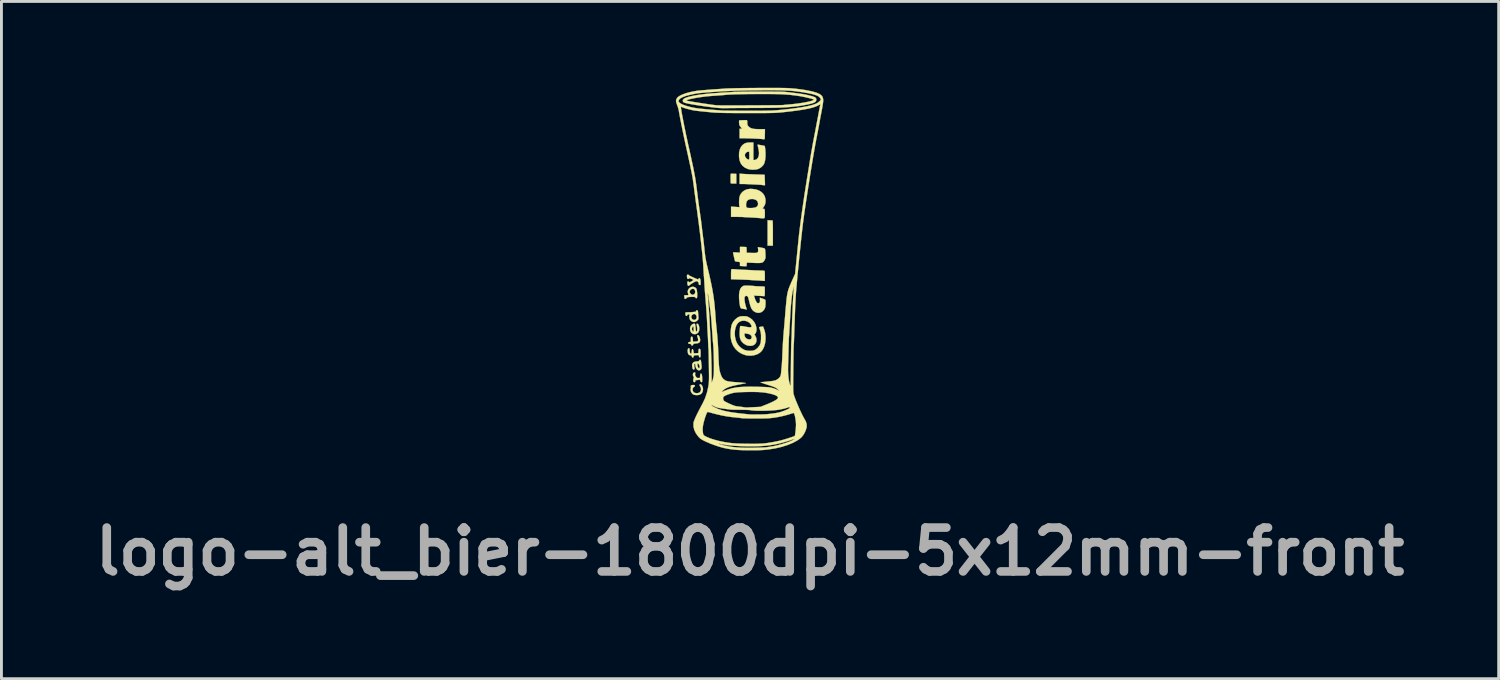
<source format=kicad_pcb>
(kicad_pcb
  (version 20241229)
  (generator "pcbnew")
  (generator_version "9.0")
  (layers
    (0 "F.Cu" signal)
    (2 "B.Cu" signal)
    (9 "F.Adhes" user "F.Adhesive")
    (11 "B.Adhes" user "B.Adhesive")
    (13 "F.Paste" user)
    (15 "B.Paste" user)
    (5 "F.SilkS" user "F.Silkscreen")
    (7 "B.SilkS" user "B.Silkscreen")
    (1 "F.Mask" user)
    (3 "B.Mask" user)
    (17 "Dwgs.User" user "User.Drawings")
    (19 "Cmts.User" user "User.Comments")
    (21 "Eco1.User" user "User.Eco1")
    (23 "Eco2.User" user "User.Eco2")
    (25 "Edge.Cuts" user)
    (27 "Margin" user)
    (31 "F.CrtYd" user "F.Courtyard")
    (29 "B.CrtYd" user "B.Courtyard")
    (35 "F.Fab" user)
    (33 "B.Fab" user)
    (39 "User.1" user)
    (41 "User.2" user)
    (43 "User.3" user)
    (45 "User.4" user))
  (footprint "logo-alt_bier-1800dpi-5x12mm-front"
    (layer "F.Cu")
    (at 22.987 6.291)
    (property "Reference" "logo-alt_bier-1800dpi-5x12mm-front" (at 0.025 9.825 0) (layer "F.Fab") (effects (font (size 1.524 1.524) (thickness 0.3))))
    (attr through_hole)
    (fp_poly (pts (xy 0.716 -1.685) (xy 0.762 -1.683) (xy 0.796 -1.681) (xy 0.808 -1.68) (xy 0.81 -1.666) (xy 0.813 -1.628) (xy 0.815 -1.568) (xy 0.817 -1.49) (xy 0.818 -1.397) (xy 0.818 -1.293) (xy 0.818 -1.242) (xy 0.818 -0.804) (xy 0.635 -0.804) (xy 0.635 -1.689) (xy 0.716 -1.685)) (stroke (width 0.01) (type solid)) (fill yes) (layer "F.SilkS"))
    (fp_poly (pts (xy -0.55 -3.304) (xy -0.452 -3.3) (xy -0.452 -2.963) (xy -0.55 -2.963) (xy -0.608 -2.965) (xy -0.64 -2.971) (xy -0.65 -2.981) (xy -0.65 -3.009) (xy -0.65 -3.056) (xy -0.65 -3.113) (xy -0.651 -3.172) (xy -0.651 -3.226) (xy -0.65 -3.268) (xy -0.65 -3.288) (xy -0.644 -3.299) (xy -0.625 -3.305) (xy -0.587 -3.306) (xy -0.55 -3.304)) (stroke (width 0.01) (type solid)) (fill yes) (layer "F.SilkS"))
    (fp_poly (pts (xy -0.208 -3.297) (xy -0.153 -3.294) (xy -0.077 -3.29) (xy 0.014 -3.286) (xy 0.113 -3.283) (xy 0.214 -3.279) (xy 0.226 -3.279) (xy 0.315 -3.276) (xy 0.394 -3.274) (xy 0.459 -3.272) (xy 0.505 -3.27) (xy 0.529 -3.269) (xy 0.531 -3.269) (xy 0.532 -3.255) (xy 0.534 -3.218) (xy 0.536 -3.164) (xy 0.539 -3.097) (xy 0.539 -3.087) (xy 0.545 -2.907) (xy 0.5 -2.907) (xy 0.468 -2.909) (xy 0.45 -2.913) (xy 0.45 -2.913) (xy 0.434 -2.916) (xy 0.395 -2.92) (xy 0.338 -2.923) (xy 0.269 -2.927) (xy 0.232 -2.929) (xy 0.151 -2.932) (xy 0.074 -2.936) (xy 0.008 -2.939) (xy -0.039 -2.942) (xy -0.049 -2.942) (xy -0.1 -2.945) (xy -0.165 -2.947) (xy -0.229 -2.948) (xy -0.339 -2.949) (xy -0.339 -3.306) (xy -0.208 -3.297)) (stroke (width 0.01) (type solid)) (fill yes) (layer "F.SilkS"))
    (fp_poly (pts (xy -1.697 4.01) (xy -1.665 4.029) (xy -1.637 4.069) (xy -1.617 4.12) (xy -1.609 4.177) (xy -1.609 4.18) (xy -1.619 4.26) (xy -1.65 4.321) (xy -1.702 4.363) (xy -1.773 4.385) (xy -1.827 4.388) (xy -1.9 4.382) (xy -1.952 4.364) (xy -1.956 4.361) (xy -1.998 4.321) (xy -2.028 4.266) (xy -2.041 4.205) (xy -2.036 4.157) (xy -2.029 4.12) (xy -2.032 4.092) (xy -2.033 4.091) (xy -2.037 4.065) (xy -2.016 4.047) (xy -1.974 4.037) (xy -1.953 4.036) (xy -1.914 4.038) (xy -1.896 4.046) (xy -1.891 4.063) (xy -1.891 4.064) (xy -1.904 4.092) (xy -1.925 4.106) (xy -1.955 4.131) (xy -1.97 4.17) (xy -1.969 4.216) (xy -1.955 4.261) (xy -1.926 4.295) (xy -1.915 4.301) (xy -1.854 4.32) (xy -1.792 4.319) (xy -1.737 4.301) (xy -1.714 4.283) (xy -1.687 4.238) (xy -1.678 4.182) (xy -1.688 4.124) (xy -1.709 4.087) (xy -1.727 4.052) (xy -1.728 4.025) (xy -1.712 4.01) (xy -1.697 4.01)) (stroke (width 0.01) (type solid)) (fill yes) (layer "F.SilkS"))
    (fp_poly (pts (xy -1.76 2.316) (xy -1.738 2.349) (xy -1.72 2.395) (xy -1.71 2.45) (xy -1.709 2.471) (xy -1.715 2.525) (xy -1.738 2.561) (xy -1.782 2.583) (xy -1.85 2.594) (xy -1.853 2.594) (xy -1.903 2.598) (xy -1.932 2.604) (xy -1.946 2.615) (xy -1.95 2.63) (xy -1.963 2.654) (xy -1.985 2.666) (xy -2.007 2.663) (xy -2.018 2.644) (xy -2.018 2.641) (xy -2.024 2.621) (xy -2.047 2.611) (xy -2.071 2.608) (xy -2.107 2.602) (xy -2.122 2.588) (xy -2.124 2.575) (xy -2.116 2.554) (xy -2.09 2.544) (xy -2.078 2.543) (xy -2.032 2.538) (xy -2.032 2.447) (xy -2.031 2.398) (xy -2.027 2.37) (xy -2.018 2.359) (xy -2.005 2.357) (xy -1.982 2.364) (xy -1.968 2.389) (xy -1.962 2.436) (xy -1.961 2.464) (xy -1.961 2.526) (xy -1.892 2.526) (xy -1.847 2.524) (xy -1.811 2.52) (xy -1.8 2.517) (xy -1.783 2.497) (xy -1.779 2.458) (xy -1.788 2.407) (xy -1.799 2.375) (xy -1.812 2.333) (xy -1.807 2.31) (xy -1.806 2.309) (xy -1.784 2.301) (xy -1.76 2.316)) (stroke (width 0.01) (type solid)) (fill yes) (layer "F.SilkS"))
    (fp_poly (pts (xy -1.891 1.914) (xy -1.88 1.946) (xy -1.873 2.001) (xy -1.869 2.046) (xy -1.864 2.105) (xy -1.857 2.152) (xy -1.851 2.181) (xy -1.847 2.187) (xy -1.832 2.176) (xy -1.819 2.157) (xy -1.81 2.122) (xy -1.811 2.065) (xy -1.822 1.985) (xy -1.829 1.95) (xy -1.833 1.918) (xy -1.826 1.907) (xy -1.805 1.907) (xy -1.777 1.925) (xy -1.755 1.966) (xy -1.741 2.026) (xy -1.737 2.086) (xy -1.747 2.156) (xy -1.776 2.212) (xy -1.821 2.251) (xy -1.876 2.27) (xy -1.938 2.266) (xy -1.979 2.25) (xy -2.023 2.211) (xy -2.05 2.157) (xy -2.06 2.096) (xy -2.058 2.076) (xy -1.996 2.076) (xy -1.995 2.106) (xy -1.984 2.138) (xy -1.964 2.175) (xy -1.949 2.185) (xy -1.939 2.168) (xy -1.934 2.124) (xy -1.933 2.096) (xy -1.936 2.038) (xy -1.944 2.005) (xy -1.957 1.998) (xy -1.974 2.018) (xy -1.983 2.038) (xy -1.996 2.076) (xy -2.058 2.076) (xy -2.054 2.033) (xy -2.03 1.977) (xy -1.989 1.934) (xy -1.976 1.926) (xy -1.936 1.908) (xy -1.909 1.903) (xy -1.891 1.914)) (stroke (width 0.01) (type solid)) (fill yes) (layer "F.SilkS"))
    (fp_poly (pts (xy -1.883 3.602) (xy -1.879 3.619) (xy -1.883 3.649) (xy -1.886 3.687) (xy -1.874 3.72) (xy -1.855 3.748) (xy -1.827 3.78) (xy -1.802 3.793) (xy -1.766 3.793) (xy -1.714 3.789) (xy -1.71 3.715) (xy -1.706 3.67) (xy -1.698 3.648) (xy -1.684 3.641) (xy -1.68 3.641) (xy -1.662 3.651) (xy -1.649 3.682) (xy -1.641 3.736) (xy -1.637 3.815) (xy -1.637 3.842) (xy -1.638 3.892) (xy -1.641 3.921) (xy -1.65 3.934) (xy -1.664 3.937) (xy -1.665 3.937) (xy -1.689 3.928) (xy -1.702 3.896) (xy -1.703 3.893) (xy -1.712 3.864) (xy -1.728 3.855) (xy -1.754 3.858) (xy -1.8 3.864) (xy -1.836 3.866) (xy -1.866 3.871) (xy -1.876 3.888) (xy -1.877 3.902) (xy -1.884 3.93) (xy -1.903 3.937) (xy -1.929 3.932) (xy -1.938 3.928) (xy -1.945 3.907) (xy -1.947 3.871) (xy -1.945 3.833) (xy -1.938 3.803) (xy -1.931 3.793) (xy -1.923 3.781) (xy -1.937 3.754) (xy -1.938 3.753) (xy -1.958 3.708) (xy -1.961 3.663) (xy -1.948 3.625) (xy -1.921 3.602) (xy -1.901 3.598) (xy -1.883 3.602)) (stroke (width 0.01) (type solid)) (fill yes) (layer "F.SilkS"))
    (fp_poly (pts (xy -0.558 0.011) (xy -0.505 0.015) (xy -0.491 0.016) (xy -0.436 0.02) (xy -0.361 0.025) (xy -0.274 0.03) (xy -0.185 0.034) (xy -0.15 0.036) (xy -0.069 0.039) (xy 0.004 0.043) (xy 0.065 0.046) (xy 0.107 0.049) (xy 0.12 0.05) (xy 0.15 0.052) (xy 0.202 0.055) (xy 0.267 0.056) (xy 0.339 0.058) (xy 0.343 0.058) (xy 0.411 0.06) (xy 0.469 0.063) (xy 0.511 0.068) (xy 0.53 0.073) (xy 0.531 0.074) (xy 0.534 0.092) (xy 0.537 0.133) (xy 0.539 0.19) (xy 0.539 0.252) (xy 0.539 0.416) (xy 0.503 0.418) (xy 0.474 0.417) (xy 0.462 0.415) (xy 0.447 0.413) (xy 0.409 0.41) (xy 0.354 0.407) (xy 0.286 0.403) (xy 0.261 0.402) (xy 0.186 0.398) (xy 0.119 0.394) (xy 0.066 0.391) (xy 0.033 0.388) (xy 0.029 0.387) (xy 0.005 0.385) (xy -0.043 0.383) (xy -0.109 0.38) (xy -0.19 0.377) (xy -0.281 0.373) (xy -0.32 0.372) (xy -0.635 0.362) (xy -0.635 0.189) (xy -0.634 0.107) (xy -0.63 0.049) (xy -0.624 0.017) (xy -0.62 0.011) (xy -0.599 0.01) (xy -0.558 0.011)) (stroke (width 0.01) (type solid)) (fill yes) (layer "F.SilkS"))
    (fp_poly (pts (xy -0.101 -5.166) (xy -0.095 -5.166) (xy -0.081 -5.161) (xy -0.074 -5.143) (xy -0.071 -5.107) (xy -0.071 -5.078) (xy -0.069 -5.029) (xy -0.062 -4.996) (xy -0.046 -4.969) (xy -0.018 -4.939) (xy 0.019 -4.909) (xy 0.061 -4.886) (xy 0.114 -4.87) (xy 0.182 -4.86) (xy 0.27 -4.855) (xy 0.364 -4.854) (xy 0.543 -4.854) (xy 0.541 -4.71) (xy 0.539 -4.645) (xy 0.538 -4.589) (xy 0.537 -4.548) (xy 0.537 -4.533) (xy 0.529 -4.508) (xy 0.503 -4.501) (xy 0.475 -4.504) (xy 0.464 -4.507) (xy 0.449 -4.51) (xy 0.409 -4.513) (xy 0.351 -4.517) (xy 0.278 -4.521) (xy 0.196 -4.525) (xy 0.109 -4.529) (xy 0.022 -4.532) (xy -0.061 -4.534) (xy -0.135 -4.536) (xy -0.194 -4.537) (xy -0.339 -4.537) (xy -0.339 -4.703) (xy -0.339 -4.868) (xy -0.249 -4.868) (xy -0.285 -4.907) (xy -0.314 -4.943) (xy -0.337 -4.977) (xy -0.338 -4.98) (xy -0.347 -5.008) (xy -0.354 -5.05) (xy -0.357 -5.096) (xy -0.357 -5.134) (xy -0.352 -5.156) (xy -0.351 -5.157) (xy -0.336 -5.159) (xy -0.3 -5.162) (xy -0.251 -5.164) (xy -0.196 -5.166) (xy -0.143 -5.166) (xy -0.101 -5.166)) (stroke (width 0.01) (type solid)) (fill yes) (layer "F.SilkS"))
    (fp_poly (pts (xy -1.695 3.165) (xy -1.685 3.18) (xy -1.678 3.214) (xy -1.674 3.249) (xy -1.668 3.307) (xy -1.661 3.364) (xy -1.657 3.394) (xy -1.659 3.449) (xy -1.679 3.491) (xy -1.712 3.519) (xy -1.753 3.528) (xy -1.795 3.514) (xy -1.818 3.495) (xy -1.851 3.444) (xy -1.871 3.379) (xy -1.877 3.327) (xy -1.879 3.311) (xy -1.805 3.311) (xy -1.803 3.35) (xy -1.803 3.351) (xy -1.792 3.4) (xy -1.776 3.435) (xy -1.757 3.454) (xy -1.74 3.454) (xy -1.727 3.431) (xy -1.724 3.419) (xy -1.727 3.383) (xy -1.74 3.343) (xy -1.759 3.308) (xy -1.78 3.289) (xy -1.786 3.288) (xy -1.8 3.292) (xy -1.805 3.311) (xy -1.879 3.311) (xy -1.881 3.3) (xy -1.895 3.296) (xy -1.9 3.298) (xy -1.913 3.309) (xy -1.917 3.333) (xy -1.914 3.371) (xy -1.908 3.417) (xy -1.903 3.455) (xy -1.902 3.464) (xy -1.908 3.489) (xy -1.929 3.497) (xy -1.951 3.495) (xy -1.965 3.475) (xy -1.975 3.448) (xy -1.989 3.366) (xy -1.982 3.303) (xy -1.953 3.257) (xy -1.902 3.229) (xy -1.829 3.218) (xy -1.813 3.217) (xy -1.773 3.215) (xy -1.753 3.204) (xy -1.746 3.189) (xy -1.728 3.166) (xy -1.71 3.161) (xy -1.695 3.165)) (stroke (width 0.01) (type solid)) (fill yes) (layer "F.SilkS"))
    (fp_poly (pts (xy -2.087 2.763) (xy -2.077 2.795) (xy -2.074 2.831) (xy -2.069 2.89) (xy -2.054 2.931) (xy -2.03 2.949) (xy -2.025 2.949) (xy -2.012 2.94) (xy -2.004 2.909) (xy -2.001 2.868) (xy -1.996 2.819) (xy -1.988 2.794) (xy -1.976 2.787) (xy -1.96 2.799) (xy -1.947 2.836) (xy -1.942 2.862) (xy -1.929 2.936) (xy -1.85 2.932) (xy -1.771 2.928) (xy -1.767 2.854) (xy -1.762 2.81) (xy -1.754 2.787) (xy -1.74 2.78) (xy -1.736 2.78) (xy -1.718 2.784) (xy -1.706 2.799) (xy -1.698 2.828) (xy -1.694 2.878) (xy -1.693 2.95) (xy -1.694 3.01) (xy -1.696 3.048) (xy -1.701 3.067) (xy -1.711 3.075) (xy -1.722 3.076) (xy -1.744 3.068) (xy -1.75 3.042) (xy -1.752 3.016) (xy -1.764 3.002) (xy -1.791 2.997) (xy -1.838 3) (xy -1.852 3.001) (xy -1.898 3.007) (xy -1.922 3.015) (xy -1.933 3.03) (xy -1.936 3.046) (xy -1.948 3.079) (xy -1.968 3.088) (xy -1.987 3.073) (xy -1.997 3.049) (xy -2.008 3.018) (xy -2.03 3.006) (xy -2.045 3.006) (xy -2.084 2.996) (xy -2.11 2.977) (xy -2.129 2.942) (xy -2.14 2.892) (xy -2.143 2.838) (xy -2.136 2.793) (xy -2.127 2.774) (xy -2.105 2.756) (xy -2.087 2.763)) (stroke (width 0.01) (type solid)) (fill yes) (layer "F.SilkS"))
    (fp_poly (pts (xy -1.928 0.627) (xy -1.875 0.652) (xy -1.839 0.69) (xy -1.829 0.719) (xy -1.82 0.768) (xy -1.814 0.827) (xy -1.811 0.888) (xy -1.811 0.945) (xy -1.815 0.989) (xy -1.823 1.012) (xy -1.845 1.022) (xy -1.868 1.013) (xy -1.877 0.993) (xy -1.885 0.982) (xy -1.911 0.976) (xy -1.96 0.974) (xy -1.967 0.974) (xy -2.061 0.976) (xy -2.128 0.983) (xy -2.17 0.996) (xy -2.187 1.014) (xy -2.187 1.018) (xy -2.198 1.038) (xy -2.223 1.045) (xy -2.248 1.036) (xy -2.248 1.035) (xy -2.254 1.016) (xy -2.258 0.981) (xy -2.258 0.971) (xy -2.258 0.917) (xy -2.186 0.917) (xy -2.143 0.916) (xy -2.123 0.912) (xy -2.119 0.9) (xy -2.122 0.885) (xy -2.137 0.828) (xy -2.139 0.797) (xy -2.074 0.797) (xy -2.062 0.838) (xy -2.032 0.875) (xy -1.992 0.899) (xy -1.969 0.903) (xy -1.932 0.893) (xy -1.905 0.875) (xy -1.883 0.835) (xy -1.88 0.786) (xy -1.894 0.738) (xy -1.924 0.703) (xy -1.925 0.702) (xy -1.963 0.692) (xy -2.004 0.702) (xy -2.042 0.729) (xy -2.068 0.765) (xy -2.074 0.797) (xy -2.139 0.797) (xy -2.14 0.786) (xy -2.133 0.749) (xy -2.126 0.73) (xy -2.091 0.676) (xy -2.042 0.641) (xy -1.985 0.624) (xy -1.928 0.627)) (stroke (width 0.01) (type solid)) (fill yes) (layer "F.SilkS"))
    (fp_poly (pts (xy -1.797 1.449) (xy -1.787 1.466) (xy -1.782 1.503) (xy -1.781 1.517) (xy -1.777 1.574) (xy -1.771 1.639) (xy -1.769 1.669) (xy -1.766 1.716) (xy -1.769 1.746) (xy -1.784 1.771) (xy -1.811 1.799) (xy -1.866 1.838) (xy -1.927 1.849) (xy -1.99 1.833) (xy -2.013 1.82) (xy -2.06 1.774) (xy -2.083 1.714) (xy -2.083 1.669) (xy -2.018 1.669) (xy -2.007 1.717) (xy -1.979 1.753) (xy -1.941 1.773) (xy -1.899 1.775) (xy -1.86 1.755) (xy -1.855 1.749) (xy -1.833 1.708) (xy -1.831 1.662) (xy -1.845 1.617) (xy -1.872 1.583) (xy -1.911 1.567) (xy -1.919 1.566) (xy -1.959 1.579) (xy -1.994 1.61) (xy -2.015 1.65) (xy -2.018 1.669) (xy -2.083 1.669) (xy -2.084 1.644) (xy -2.079 1.605) (xy -2.083 1.586) (xy -2.098 1.581) (xy -2.111 1.58) (xy -2.144 1.59) (xy -2.155 1.609) (xy -2.171 1.632) (xy -2.187 1.637) (xy -2.206 1.628) (xy -2.217 1.598) (xy -2.219 1.584) (xy -2.222 1.547) (xy -2.221 1.523) (xy -2.22 1.52) (xy -2.203 1.515) (xy -2.168 1.511) (xy -2.139 1.51) (xy -2.086 1.509) (xy -2.019 1.505) (xy -1.957 1.501) (xy -1.901 1.495) (xy -1.869 1.489) (xy -1.853 1.48) (xy -1.849 1.467) (xy -1.849 1.465) (xy -1.841 1.444) (xy -1.817 1.442) (xy -1.797 1.449)) (stroke (width 0.01) (type solid)) (fill yes) (layer "F.SilkS"))
    (fp_poly (pts (xy -2.121 0.202) (xy -2.107 0.217) (xy -2.091 0.229) (xy -2.055 0.248) (xy -2.005 0.273) (xy -1.949 0.299) (xy -1.892 0.325) (xy -1.84 0.347) (xy -1.8 0.362) (xy -1.779 0.367) (xy -1.766 0.355) (xy -1.764 0.346) (xy -1.752 0.328) (xy -1.737 0.325) (xy -1.717 0.335) (xy -1.703 0.367) (xy -1.695 0.424) (xy -1.693 0.49) (xy -1.694 0.534) (xy -1.699 0.556) (xy -1.71 0.563) (xy -1.725 0.562) (xy -1.748 0.553) (xy -1.758 0.528) (xy -1.761 0.506) (xy -1.769 0.468) (xy -1.79 0.446) (xy -1.807 0.437) (xy -1.828 0.43) (xy -1.849 0.431) (xy -1.876 0.44) (xy -1.915 0.46) (xy -1.962 0.487) (xy -2.013 0.519) (xy -2.054 0.547) (xy -2.079 0.567) (xy -2.084 0.574) (xy -2.103 0.59) (xy -2.116 0.593) (xy -2.133 0.585) (xy -2.144 0.559) (xy -2.15 0.528) (xy -2.154 0.486) (xy -2.153 0.457) (xy -2.151 0.45) (xy -2.13 0.438) (xy -2.105 0.444) (xy -2.094 0.458) (xy -2.085 0.468) (xy -2.066 0.466) (xy -2.032 0.449) (xy -2.02 0.442) (xy -1.973 0.414) (xy -1.949 0.396) (xy -1.947 0.382) (xy -1.966 0.368) (xy -1.997 0.354) (xy -2.053 0.332) (xy -2.088 0.325) (xy -2.102 0.334) (xy -2.103 0.339) (xy -2.114 0.35) (xy -2.129 0.353) (xy -2.148 0.345) (xy -2.16 0.317) (xy -2.164 0.297) (xy -2.168 0.256) (xy -2.166 0.224) (xy -2.165 0.22) (xy -2.146 0.2) (xy -2.121 0.202)) (stroke (width 0.01) (type solid)) (fill yes) (layer "F.SilkS"))
    (fp_poly (pts (xy -0.149 -0.76) (xy -0.112 -0.755) (xy -0.098 -0.746) (xy -0.097 -0.744) (xy -0.096 -0.721) (xy -0.095 -0.68) (xy -0.094 -0.642) (xy -0.092 -0.557) (xy 0.082 -0.553) (xy 0.157 -0.551) (xy 0.209 -0.552) (xy 0.244 -0.555) (xy 0.266 -0.562) (xy 0.282 -0.572) (xy 0.285 -0.574) (xy 0.302 -0.593) (xy 0.308 -0.619) (xy 0.307 -0.659) (xy 0.305 -0.678) (xy 0.297 -0.756) (xy 0.416 -0.736) (xy 0.485 -0.721) (xy 0.528 -0.707) (xy 0.544 -0.693) (xy 0.548 -0.67) (xy 0.553 -0.626) (xy 0.557 -0.568) (xy 0.56 -0.522) (xy 0.562 -0.454) (xy 0.562 -0.406) (xy 0.558 -0.371) (xy 0.548 -0.341) (xy 0.534 -0.31) (xy 0.51 -0.27) (xy 0.484 -0.24) (xy 0.451 -0.22) (xy 0.407 -0.208) (xy 0.348 -0.202) (xy 0.268 -0.202) (xy 0.191 -0.205) (xy 0.113 -0.208) (xy 0.044 -0.212) (xy -0.012 -0.214) (xy -0.049 -0.216) (xy -0.056 -0.216) (xy -0.078 -0.215) (xy -0.089 -0.203) (xy -0.093 -0.173) (xy -0.093 -0.155) (xy -0.095 -0.092) (xy -0.15 -0.092) (xy -0.202 -0.093) (xy -0.258 -0.096) (xy -0.265 -0.096) (xy -0.325 -0.1) (xy -0.325 -0.17) (xy -0.326 -0.213) (xy -0.333 -0.234) (xy -0.348 -0.24) (xy -0.349 -0.24) (xy -0.39 -0.243) (xy -0.435 -0.25) (xy -0.473 -0.257) (xy -0.494 -0.265) (xy -0.495 -0.266) (xy -0.501 -0.282) (xy -0.511 -0.319) (xy -0.523 -0.369) (xy -0.536 -0.425) (xy -0.548 -0.48) (xy -0.558 -0.528) (xy -0.564 -0.56) (xy -0.565 -0.568) (xy -0.552 -0.572) (xy -0.517 -0.574) (xy -0.467 -0.572) (xy -0.445 -0.57) (xy -0.325 -0.562) (xy -0.325 -0.762) (xy -0.212 -0.762) (xy -0.149 -0.76)) (stroke (width 0.01) (type solid)) (fill yes) (layer "F.SilkS"))
    (fp_poly (pts (xy 0.095 -4.39) (xy 0.141 -4.389) (xy 0.141 -3.782) (xy 0.182 -3.782) (xy 0.222 -3.791) (xy 0.257 -3.81) (xy 0.303 -3.862) (xy 0.33 -3.932) (xy 0.337 -4.021) (xy 0.326 -4.129) (xy 0.311 -4.198) (xy 0.299 -4.25) (xy 0.291 -4.291) (xy 0.288 -4.312) (xy 0.288 -4.314) (xy 0.302 -4.314) (xy 0.337 -4.309) (xy 0.383 -4.301) (xy 0.433 -4.292) (xy 0.48 -4.284) (xy 0.515 -4.276) (xy 0.531 -4.271) (xy 0.531 -4.271) (xy 0.539 -4.25) (xy 0.547 -4.207) (xy 0.554 -4.149) (xy 0.56 -4.081) (xy 0.563 -4.01) (xy 0.563 -4.002) (xy 0.561 -3.88) (xy 0.548 -3.772) (xy 0.525 -3.683) (xy 0.507 -3.639) (xy 0.464 -3.578) (xy 0.401 -3.522) (xy 0.33 -3.479) (xy 0.291 -3.464) (xy 0.208 -3.448) (xy 0.114 -3.444) (xy 0.022 -3.452) (xy -0.052 -3.469) (xy -0.155 -3.517) (xy -0.237 -3.581) (xy -0.297 -3.663) (xy -0.337 -3.763) (xy -0.357 -3.884) (xy -0.359 -3.916) (xy -0.359 -3.929) (xy -0.155 -3.929) (xy -0.133 -3.875) (xy -0.107 -3.844) (xy -0.073 -3.815) (xy -0.041 -3.798) (xy -0.03 -3.796) (xy -0.016 -3.798) (xy -0.008 -3.806) (xy -0.003 -3.826) (xy -0.001 -3.863) (xy -0.000011 -3.922) (xy 0 -3.939) (xy -0.001 -4.003) (xy -0.003 -4.044) (xy -0.007 -4.066) (xy -0.014 -4.074) (xy -0.022 -4.073) (xy -0.055 -4.065) (xy -0.065 -4.064) (xy -0.089 -4.055) (xy -0.118 -4.032) (xy -0.121 -4.029) (xy -0.151 -3.982) (xy -0.155 -3.929) (xy -0.359 -3.929) (xy -0.355 -4.045) (xy -0.329 -4.155) (xy -0.283 -4.247) (xy -0.238 -4.3) (xy -0.186 -4.341) (xy -0.13 -4.369) (xy -0.063 -4.385) (xy 0.022 -4.391) (xy 0.095 -4.39)) (stroke (width 0.01) (type solid)) (fill yes) (layer "F.SilkS"))
    (fp_poly (pts (xy 0.105 -2.776) (xy 0.229 -2.759) (xy 0.336 -2.721) (xy 0.424 -2.666) (xy 0.493 -2.595) (xy 0.539 -2.508) (xy 0.562 -2.409) (xy 0.564 -2.363) (xy 0.556 -2.273) (xy 0.528 -2.197) (xy 0.491 -2.141) (xy 0.468 -2.108) (xy 0.466 -2.09) (xy 0.486 -2.086) (xy 0.503 -2.087) (xy 0.519 -2.084) (xy 0.529 -2.069) (xy 0.535 -2.038) (xy 0.539 -1.986) (xy 0.539 -1.91) (xy 0.539 -1.907) (xy 0.539 -1.841) (xy 0.536 -1.796) (xy 0.527 -1.769) (xy 0.506 -1.756) (xy 0.469 -1.754) (xy 0.411 -1.759) (xy 0.36 -1.764) (xy 0.304 -1.769) (xy 0.229 -1.774) (xy 0.142 -1.78) (xy 0.054 -1.784) (xy 0.028 -1.786) (xy -0.049 -1.789) (xy -0.117 -1.793) (xy -0.17 -1.796) (xy -0.204 -1.799) (xy -0.212 -1.8) (xy -0.233 -1.801) (xy -0.277 -1.803) (xy -0.337 -1.804) (xy -0.409 -1.805) (xy -0.434 -1.805) (xy -0.635 -1.806) (xy -0.635 -2.162) (xy -0.485 -2.152) (xy -0.336 -2.142) (xy -0.346 -2.173) (xy -0.35 -2.201) (xy -0.353 -2.241) (xy -0.113 -2.241) (xy -0.111 -2.182) (xy -0.103 -2.145) (xy -0.084 -2.126) (xy -0.05 -2.117) (xy -0.009 -2.114) (xy 0.101 -2.114) (xy 0.187 -2.126) (xy 0.247 -2.15) (xy 0.267 -2.165) (xy 0.293 -2.2) (xy 0.303 -2.243) (xy 0.303 -2.264) (xy 0.291 -2.327) (xy 0.256 -2.376) (xy 0.199 -2.409) (xy 0.121 -2.426) (xy 0.084 -2.427) (xy 0.005 -2.417) (xy -0.054 -2.387) (xy -0.093 -2.338) (xy -0.111 -2.27) (xy -0.113 -2.241) (xy -0.353 -2.241) (xy -0.354 -2.249) (xy -0.356 -2.308) (xy -0.356 -2.341) (xy -0.35 -2.446) (xy -0.333 -2.531) (xy -0.3 -2.6) (xy -0.251 -2.661) (xy -0.229 -2.682) (xy -0.155 -2.733) (xy -0.071 -2.765) (xy 0.028 -2.778) (xy 0.105 -2.776)) (stroke (width 0.01) (type solid)) (fill yes) (layer "F.SilkS"))
    (fp_poly (pts (xy -0.041 0.583) (xy 0.013 0.586) (xy 0.081 0.59) (xy 0.138 0.594) (xy 0.179 0.598) (xy 0.198 0.601) (xy 0.199 0.601) (xy 0.215 0.603) (xy 0.254 0.605) (xy 0.309 0.607) (xy 0.372 0.609) (xy 0.443 0.611) (xy 0.492 0.614) (xy 0.52 0.619) (xy 0.534 0.626) (xy 0.537 0.634) (xy 0.537 0.657) (xy 0.538 0.701) (xy 0.538 0.759) (xy 0.538 0.804) (xy 0.537 0.871) (xy 0.535 0.914) (xy 0.531 0.938) (xy 0.524 0.948) (xy 0.513 0.95) (xy 0.513 0.95) (xy 0.489 0.948) (xy 0.444 0.945) (xy 0.384 0.941) (xy 0.323 0.938) (xy 0.159 0.928) (xy 0.193 1.032) (xy 0.214 1.087) (xy 0.238 1.136) (xy 0.259 1.168) (xy 0.261 1.17) (xy 0.288 1.193) (xy 0.31 1.196) (xy 0.331 1.188) (xy 0.353 1.175) (xy 0.365 1.154) (xy 0.369 1.119) (xy 0.369 1.064) (xy 0.368 1.056) (xy 0.366 1.003) (xy 0.454 1.033) (xy 0.501 1.05) (xy 0.537 1.067) (xy 0.554 1.078) (xy 0.56 1.103) (xy 0.563 1.147) (xy 0.564 1.202) (xy 0.561 1.259) (xy 0.556 1.311) (xy 0.55 1.344) (xy 0.521 1.408) (xy 0.474 1.465) (xy 0.423 1.503) (xy 0.347 1.529) (xy 0.27 1.526) (xy 0.201 1.502) (xy 0.151 1.471) (xy 0.11 1.432) (xy 0.075 1.381) (xy 0.045 1.312) (xy 0.018 1.223) (xy -0.007 1.122) (xy -0.02 1.066) (xy -0.034 1.017) (xy -0.044 0.985) (xy -0.069 0.948) (xy -0.103 0.936) (xy -0.139 0.951) (xy -0.144 0.955) (xy -0.159 0.971) (xy -0.166 0.992) (xy -0.168 1.025) (xy -0.166 1.078) (xy -0.165 1.087) (xy -0.157 1.155) (xy -0.141 1.233) (xy -0.122 1.303) (xy -0.087 1.414) (xy -0.118 1.406) (xy -0.149 1.4) (xy -0.195 1.393) (xy -0.223 1.389) (xy -0.259 1.383) (xy -0.285 1.374) (xy -0.303 1.357) (xy -0.316 1.327) (xy -0.327 1.281) (xy -0.337 1.213) (xy -0.342 1.175) (xy -0.357 1.023) (xy -0.357 0.893) (xy -0.342 0.784) (xy -0.314 0.698) (xy -0.272 0.636) (xy -0.216 0.598) (xy -0.188 0.588) (xy -0.153 0.583) (xy -0.106 0.582) (xy -0.041 0.583)) (stroke (width 0.01) (type solid)) (fill yes) (layer "F.SilkS"))
    (fp_poly (pts (xy -0.144 1.646) (xy -0.1 1.651) (xy -0.061 1.663) (xy -0.015 1.685) (xy -0.002 1.692) (xy 0.093 1.759) (xy 0.168 1.845) (xy 0.22 1.945) (xy 0.247 2.054) (xy 0.25 2.117) (xy 0.241 2.178) (xy 0.224 2.228) (xy 0.201 2.259) (xy 0.199 2.26) (xy 0.184 2.272) (xy 0.183 2.286) (xy 0.197 2.311) (xy 0.206 2.324) (xy 0.237 2.391) (xy 0.25 2.466) (xy 0.243 2.537) (xy 0.24 2.546) (xy 0.207 2.605) (xy 0.157 2.647) (xy 0.093 2.671) (xy 0.02 2.677) (xy -0.058 2.666) (xy -0.135 2.636) (xy -0.207 2.587) (xy -0.228 2.569) (xy -0.272 2.518) (xy -0.304 2.464) (xy -0.325 2.4) (xy -0.335 2.321) (xy -0.336 2.285) (xy -0.169 2.285) (xy -0.162 2.33) (xy -0.147 2.372) (xy -0.115 2.411) (xy -0.07 2.439) (xy -0.019 2.453) (xy 0.028 2.451) (xy 0.062 2.433) (xy 0.083 2.395) (xy 0.08 2.352) (xy 0.056 2.311) (xy 0.016 2.28) (xy -0.022 2.266) (xy -0.073 2.254) (xy -0.097 2.25) (xy -0.169 2.24) (xy -0.169 2.285) (xy -0.336 2.285) (xy -0.337 2.223) (xy -0.335 2.168) (xy -0.331 2.102) (xy -0.326 2.046) (xy -0.32 2.006) (xy -0.315 1.988) (xy -0.296 1.986) (xy -0.257 1.989) (xy -0.201 1.997) (xy -0.162 2.005) (xy -0.07 2.022) (xy -0.003 2.031) (xy 0.042 2.032) (xy 0.068 2.023) (xy 0.077 2.005) (xy 0.073 1.976) (xy 0.068 1.963) (xy 0.03 1.9) (xy -0.027 1.851) (xy -0.098 1.818) (xy -0.176 1.802) (xy -0.256 1.806) (xy -0.331 1.832) (xy -0.338 1.836) (xy -0.397 1.884) (xy -0.444 1.953) (xy -0.478 2.04) (xy -0.499 2.139) (xy -0.506 2.245) (xy -0.499 2.355) (xy -0.476 2.464) (xy -0.443 2.555) (xy -0.394 2.637) (xy -0.326 2.713) (xy -0.246 2.777) (xy -0.163 2.821) (xy -0.162 2.821) (xy -0.081 2.842) (xy 0.012 2.85) (xy 0.102 2.846) (xy 0.157 2.834) (xy 0.225 2.801) (xy 0.289 2.748) (xy 0.344 2.68) (xy 0.363 2.648) (xy 0.38 2.609) (xy 0.392 2.57) (xy 0.4 2.523) (xy 0.405 2.459) (xy 0.406 2.424) (xy 0.407 2.317) (xy 0.4 2.229) (xy 0.382 2.152) (xy 0.357 2.085) (xy 0.344 2.051) (xy 0.339 2.029) (xy 0.34 2.027) (xy 0.356 2.022) (xy 0.391 2.015) (xy 0.411 2.012) (xy 0.476 2.003) (xy 0.504 2.07) (xy 0.542 2.187) (xy 0.561 2.315) (xy 0.564 2.447) (xy 0.549 2.576) (xy 0.517 2.694) (xy 0.487 2.763) (xy 0.452 2.824) (xy 0.415 2.87) (xy 0.368 2.912) (xy 0.35 2.926) (xy 0.27 2.971) (xy 0.172 3.002) (xy 0.065 3.017) (xy -0.044 3.015) (xy -0.137 2.998) (xy -0.269 2.949) (xy -0.384 2.878) (xy -0.48 2.786) (xy -0.557 2.677) (xy -0.612 2.551) (xy -0.638 2.44) (xy -0.648 2.352) (xy -0.65 2.253) (xy -0.646 2.151) (xy -0.636 2.055) (xy -0.621 1.973) (xy -0.608 1.931) (xy -0.561 1.841) (xy -0.494 1.761) (xy -0.416 1.698) (xy -0.39 1.683) (xy -0.345 1.662) (xy -0.301 1.651) (xy -0.248 1.646) (xy -0.205 1.645) (xy -0.144 1.646)) (stroke (width 0.01) (type solid)) (fill yes) (layer "F.SilkS"))
    (fp_poly (pts (xy 0.583 -6.16) (xy 0.716 -6.16) (xy 0.839 -6.159) (xy 0.951 -6.158) (xy 1.049 -6.157) (xy 1.128 -6.155) (xy 1.186 -6.153) (xy 1.221 -6.151) (xy 1.417 -6.13) (xy 1.586 -6.109) (xy 1.729 -6.09) (xy 1.848 -6.073) (xy 1.943 -6.056) (xy 1.99 -6.046) (xy 2.096 -6.021) (xy 2.179 -5.999) (xy 2.239 -5.979) (xy 2.282 -5.96) (xy 2.308 -5.939) (xy 2.323 -5.915) (xy 2.328 -5.887) (xy 2.328 -5.877) (xy 2.323 -5.842) (xy 2.305 -5.812) (xy 2.271 -5.786) (xy 2.22 -5.762) (xy 2.147 -5.74) (xy 2.051 -5.717) (xy 1.98 -5.702) (xy 1.899 -5.687) (xy 1.819 -5.673) (xy 1.75 -5.661) (xy 1.698 -5.654) (xy 1.686 -5.653) (xy 1.632 -5.647) (xy 1.563 -5.64) (xy 1.49 -5.632) (xy 1.468 -5.63) (xy 1.392 -5.622) (xy 1.315 -5.616) (xy 1.232 -5.61) (xy 1.142 -5.605) (xy 1.042 -5.601) (xy 0.929 -5.598) (xy 0.801 -5.595) (xy 0.656 -5.593) (xy 0.49 -5.592) (xy 0.302 -5.59) (xy 0.088 -5.59) (xy 0.051 -5.59) (xy -0.106 -5.589) (xy -0.254 -5.589) (xy -0.393 -5.588) (xy -0.518 -5.587) (xy -0.628 -5.586) (xy -0.72 -5.585) (xy -0.792 -5.584) (xy -0.841 -5.583) (xy -0.865 -5.583) (xy -0.867 -5.582) (xy -0.892 -5.581) (xy -0.939 -5.583) (xy -0.999 -5.586) (xy -1.051 -5.589) (xy -1.141 -5.597) (xy -1.247 -5.609) (xy -1.366 -5.623) (xy -1.491 -5.64) (xy -1.621 -5.658) (xy -1.749 -5.677) (xy -1.871 -5.696) (xy -1.984 -5.715) (xy -2.083 -5.733) (xy -2.163 -5.749) (xy -2.22 -5.763) (xy -2.226 -5.765) (xy -2.272 -5.781) (xy -2.297 -5.798) (xy -2.309 -5.822) (xy -2.309 -5.824) (xy -2.31 -5.85) (xy -2.182 -5.85) (xy -2.165 -5.842) (xy -2.139 -5.835) (xy -2.09 -5.825) (xy -2.02 -5.813) (xy -1.935 -5.798) (xy -1.838 -5.783) (xy -1.733 -5.766) (xy -1.625 -5.749) (xy -1.516 -5.733) (xy -1.412 -5.718) (xy -1.316 -5.704) (xy -1.232 -5.693) (xy -1.164 -5.685) (xy -1.136 -5.682) (xy -1.11 -5.681) (xy -1.06 -5.68) (xy -0.987 -5.679) (xy -0.894 -5.679) (xy -0.784 -5.679) (xy -0.659 -5.678) (xy -0.522 -5.679) (xy -0.376 -5.679) (xy -0.223 -5.679) (xy -0.067 -5.68) (xy 0.092 -5.68) (xy 0.249 -5.681) (xy 0.402 -5.682) (xy 0.549 -5.683) (xy 0.686 -5.684) (xy 0.812 -5.685) (xy 0.924 -5.686) (xy 1.019 -5.687) (xy 1.094 -5.688) (xy 1.147 -5.69) (xy 1.175 -5.691) (xy 1.178 -5.691) (xy 1.213 -5.696) (xy 1.265 -5.702) (xy 1.325 -5.707) (xy 1.333 -5.707) (xy 1.468 -5.719) (xy 1.599 -5.733) (xy 1.726 -5.75) (xy 1.844 -5.767) (xy 1.952 -5.786) (xy 2.046 -5.806) (xy 2.125 -5.825) (xy 2.185 -5.843) (xy 2.223 -5.861) (xy 2.238 -5.877) (xy 2.235 -5.885) (xy 2.215 -5.894) (xy 2.172 -5.908) (xy 2.112 -5.924) (xy 2.041 -5.942) (xy 1.963 -5.96) (xy 1.884 -5.977) (xy 1.809 -5.992) (xy 1.743 -6.003) (xy 1.743 -6.003) (xy 1.629 -6.019) (xy 1.525 -6.033) (xy 1.426 -6.044) (xy 1.329 -6.053) (xy 1.228 -6.06) (xy 1.121 -6.066) (xy 1.003 -6.07) (xy 0.871 -6.072) (xy 0.72 -6.074) (xy 0.546 -6.074) (xy 0.466 -6.074) (xy 0.264 -6.074) (xy 0.071 -6.073) (xy -0.11 -6.071) (xy -0.278 -6.068) (xy -0.429 -6.065) (xy -0.561 -6.061) (xy -0.673 -6.056) (xy -0.76 -6.051) (xy -0.811 -6.046) (xy -0.853 -6.042) (xy -0.906 -6.037) (xy -0.973 -6.032) (xy -1.058 -6.026) (xy -1.165 -6.018) (xy -1.27 -6.011) (xy -1.404 -6) (xy -1.541 -5.986) (xy -1.677 -5.968) (xy -1.806 -5.948) (xy -1.925 -5.927) (xy -2.027 -5.906) (xy -2.11 -5.884) (xy -2.152 -5.87) (xy -2.179 -5.858) (xy -2.182 -5.85) (xy -2.31 -5.85) (xy -2.311 -5.859) (xy -2.296 -5.89) (xy -2.261 -5.919) (xy -2.204 -5.945) (xy -2.123 -5.972) (xy -2.053 -5.99) (xy -1.949 -6.013) (xy -1.824 -6.036) (xy -1.683 -6.057) (xy -1.535 -6.076) (xy -1.385 -6.091) (xy -1.24 -6.102) (xy -1.206 -6.104) (xy -1.14 -6.108) (xy -1.085 -6.112) (xy -1.046 -6.115) (xy -1.03 -6.118) (xy -1.03 -6.118) (xy -1.014 -6.12) (xy -0.975 -6.123) (xy -0.918 -6.126) (xy -0.848 -6.13) (xy -0.811 -6.131) (xy -0.734 -6.135) (xy -0.664 -6.139) (xy -0.608 -6.143) (xy -0.572 -6.147) (xy -0.564 -6.148) (xy -0.54 -6.15) (xy -0.49 -6.152) (xy -0.418 -6.154) (xy -0.327 -6.156) (xy -0.22 -6.157) (xy -0.101 -6.158) (xy 0.029 -6.159) (xy 0.165 -6.16) (xy 0.305 -6.16) (xy 0.445 -6.16) (xy 0.583 -6.16)) (stroke (width 0.01) (type solid)) (fill yes) (layer "F.SilkS"))
    (fp_poly (pts (xy 0.86 -6.286) (xy 1.003 -6.285) (xy 1.131 -6.284) (xy 1.243 -6.282) (xy 1.334 -6.279) (xy 1.403 -6.276) (xy 1.411 -6.275) (xy 1.6 -6.259) (xy 1.788 -6.236) (xy 1.968 -6.208) (xy 2.132 -6.175) (xy 2.245 -6.147) (xy 2.354 -6.112) (xy 2.438 -6.075) (xy 2.499 -6.033) (xy 2.539 -5.983) (xy 2.561 -5.923) (xy 2.568 -5.852) (xy 2.568 -5.851) (xy 2.566 -5.813) (xy 2.558 -5.753) (xy 2.546 -5.677) (xy 2.532 -5.59) (xy 2.515 -5.498) (xy 2.512 -5.486) (xy 2.494 -5.389) (xy 2.475 -5.292) (xy 2.458 -5.201) (xy 2.444 -5.123) (xy 2.434 -5.066) (xy 2.434 -5.066) (xy 2.424 -5.011) (xy 2.41 -4.936) (xy 2.393 -4.845) (xy 2.373 -4.746) (xy 2.354 -4.644) (xy 2.348 -4.614) (xy 2.321 -4.477) (xy 2.291 -4.316) (xy 2.259 -4.133) (xy 2.224 -3.933) (xy 2.188 -3.718) (xy 2.151 -3.493) (xy 2.113 -3.26) (xy 2.076 -3.024) (xy 2.039 -2.787) (xy 2.003 -2.553) (xy 1.968 -2.326) (xy 1.936 -2.108) (xy 1.907 -1.904) (xy 1.881 -1.716) (xy 1.859 -1.549) (xy 1.856 -1.524) (xy 1.846 -1.441) (xy 1.834 -1.334) (xy 1.82 -1.207) (xy 1.804 -1.062) (xy 1.787 -0.904) (xy 1.77 -0.736) (xy 1.752 -0.563) (xy 1.734 -0.388) (xy 1.717 -0.214) (xy 1.701 -0.046) (xy 1.685 0.114) (xy 1.671 0.26) (xy 1.665 0.325) (xy 1.657 0.421) (xy 1.648 0.512) (xy 1.641 0.593) (xy 1.635 0.658) (xy 1.631 0.702) (xy 1.63 0.713) (xy 1.626 0.759) (xy 1.622 0.823) (xy 1.617 0.893) (xy 1.616 0.917) (xy 1.611 0.992) (xy 1.607 1.072) (xy 1.603 1.143) (xy 1.602 1.157) (xy 1.599 1.211) (xy 1.595 1.284) (xy 1.592 1.368) (xy 1.588 1.454) (xy 1.588 1.475) (xy 1.584 1.568) (xy 1.58 1.67) (xy 1.577 1.768) (xy 1.574 1.85) (xy 1.573 1.856) (xy 1.571 1.926) (xy 1.568 2.016) (xy 1.564 2.118) (xy 1.561 2.223) (xy 1.558 2.307) (xy 1.555 2.397) (xy 1.552 2.48) (xy 1.549 2.551) (xy 1.546 2.606) (xy 1.543 2.637) (xy 1.543 2.639) (xy 1.542 2.662) (xy 1.54 2.71) (xy 1.538 2.782) (xy 1.536 2.873) (xy 1.535 2.982) (xy 1.533 3.105) (xy 1.531 3.241) (xy 1.529 3.385) (xy 1.528 3.493) (xy 1.527 3.664) (xy 1.525 3.809) (xy 1.525 3.931) (xy 1.524 4.032) (xy 1.524 4.115) (xy 1.525 4.181) (xy 1.526 4.234) (xy 1.529 4.275) (xy 1.531 4.308) (xy 1.535 4.333) (xy 1.54 4.355) (xy 1.545 4.375) (xy 1.549 4.389) (xy 1.576 4.469) (xy 1.613 4.565) (xy 1.657 4.673) (xy 1.706 4.787) (xy 1.756 4.9) (xy 1.806 5.007) (xy 1.853 5.103) (xy 1.894 5.181) (xy 1.916 5.217) (xy 1.963 5.305) (xy 1.989 5.386) (xy 1.995 5.465) (xy 1.981 5.549) (xy 1.945 5.644) (xy 1.918 5.701) (xy 1.869 5.784) (xy 1.81 5.855) (xy 1.734 5.918) (xy 1.662 5.966) (xy 1.503 6.051) (xy 1.32 6.125) (xy 1.118 6.188) (xy 0.899 6.239) (xy 0.667 6.276) (xy 0.508 6.293) (xy 0.411 6.299) (xy 0.293 6.303) (xy 0.16 6.305) (xy 0.02 6.305) (xy -0.121 6.303) (xy -0.257 6.3) (xy -0.379 6.294) (xy -0.482 6.287) (xy -0.501 6.285) (xy -0.588 6.275) (xy -0.683 6.262) (xy -0.772 6.247) (xy -0.831 6.236) (xy -0.945 6.209) (xy -1.075 6.171) (xy -1.211 6.125) (xy -1.346 6.075) (xy -1.352 6.072) (xy -1.082 6.072) (xy -1.073 6.079) (xy -1.041 6.09) (xy -0.994 6.105) (xy -0.935 6.121) (xy -0.872 6.137) (xy -0.808 6.151) (xy -0.769 6.159) (xy -0.65 6.18) (xy -0.528 6.196) (xy -0.398 6.207) (xy -0.257 6.214) (xy -0.098 6.217) (xy 0.083 6.216) (xy 0.127 6.216) (xy 0.233 6.214) (xy 0.331 6.212) (xy 0.418 6.209) (xy 0.49 6.207) (xy 0.542 6.205) (xy 0.57 6.203) (xy 0.572 6.203) (xy 0.606 6.198) (xy 0.658 6.19) (xy 0.717 6.182) (xy 0.727 6.18) (xy 0.84 6.161) (xy 0.962 6.135) (xy 1.087 6.102) (xy 1.21 6.066) (xy 1.324 6.028) (xy 1.426 5.989) (xy 1.509 5.952) (xy 1.553 5.927) (xy 1.576 5.91) (xy 1.58 5.904) (xy 1.573 5.906) (xy 1.361 5.978) (xy 1.165 6.037) (xy 0.978 6.083) (xy 0.794 6.118) (xy 0.607 6.143) (xy 0.41 6.159) (xy 0.197 6.167) (xy 0.035 6.168) (xy -0.16 6.166) (xy -0.346 6.159) (xy -0.52 6.149) (xy -0.678 6.136) (xy -0.815 6.119) (xy -0.929 6.099) (xy -0.947 6.096) (xy -1.004 6.084) (xy -1.049 6.075) (xy -1.076 6.072) (xy -1.082 6.072) (xy -1.352 6.072) (xy -1.471 6.022) (xy -1.545 5.988) (xy -1.617 5.951) (xy -1.67 5.92) (xy -1.711 5.89) (xy -1.748 5.856) (xy -1.777 5.824) (xy -1.856 5.715) (xy -1.911 5.601) (xy -1.912 5.598) (xy -1.623 5.598) (xy -1.612 5.699) (xy -1.607 5.725) (xy -1.598 5.756) (xy -1.586 5.778) (xy -1.566 5.796) (xy -1.531 5.816) (xy -1.477 5.843) (xy -1.476 5.843) (xy -1.356 5.893) (xy -1.213 5.939) (xy -1.055 5.981) (xy -0.887 6.016) (xy -0.715 6.044) (xy -0.577 6.06) (xy -0.49 6.066) (xy -0.384 6.071) (xy -0.265 6.075) (xy -0.137 6.078) (xy -0.006 6.079) (xy 0.123 6.08) (xy 0.244 6.079) (xy 0.353 6.076) (xy 0.443 6.072) (xy 0.505 6.068) (xy 0.638 6.051) (xy 0.786 6.027) (xy 0.936 5.999) (xy 1.076 5.968) (xy 1.101 5.961) (xy 1.15 5.948) (xy 1.213 5.93) (xy 1.284 5.908) (xy 1.357 5.885) (xy 1.428 5.862) (xy 1.491 5.841) (xy 1.54 5.823) (xy 1.571 5.811) (xy 1.578 5.807) (xy 1.585 5.788) (xy 1.592 5.747) (xy 1.6 5.691) (xy 1.608 5.625) (xy 1.614 5.555) (xy 1.619 5.489) (xy 1.622 5.431) (xy 1.622 5.412) (xy 1.619 5.344) (xy 1.612 5.271) (xy 1.601 5.199) (xy 1.588 5.131) (xy 1.573 5.073) (xy 1.558 5.031) (xy 1.544 5.01) (xy 1.537 5.008) (xy 1.516 5.014) (xy 1.474 5.027) (xy 1.418 5.044) (xy 1.363 5.062) (xy 1.2 5.106) (xy 1.023 5.145) (xy 0.847 5.174) (xy 0.691 5.191) (xy 0.637 5.194) (xy 0.563 5.197) (xy 0.474 5.198) (xy 0.374 5.199) (xy 0.267 5.2) (xy 0.159 5.2) (xy 0.054 5.199) (xy -0.045 5.198) (xy -0.132 5.196) (xy -0.203 5.194) (xy -0.253 5.191) (xy -0.275 5.188) (xy -0.315 5.182) (xy -0.367 5.175) (xy -0.388 5.173) (xy -0.432 5.169) (xy -0.495 5.162) (xy -0.566 5.155) (xy -0.614 5.15) (xy -0.781 5.127) (xy -0.968 5.092) (xy -1.174 5.044) (xy -1.394 4.985) (xy -1.44 4.972) (xy -1.456 4.978) (xy -1.475 5.005) (xy -1.498 5.056) (xy -1.526 5.132) (xy -1.551 5.207) (xy -1.592 5.355) (xy -1.616 5.485) (xy -1.623 5.598) (xy -1.912 5.598) (xy -1.94 5.484) (xy -1.942 5.369) (xy -1.941 5.357) (xy -1.929 5.309) (xy -1.903 5.239) (xy -1.863 5.147) (xy -1.81 5.036) (xy -1.744 4.906) (xy -1.667 4.759) (xy -1.653 4.734) (xy -1.326 4.734) (xy -1.314 4.749) (xy -1.281 4.772) (xy -1.233 4.799) (xy -1.176 4.828) (xy -1.114 4.856) (xy -1.072 4.872) (xy -0.978 4.905) (xy -0.878 4.933) (xy -0.767 4.958) (xy -0.643 4.981) (xy -0.502 5.002) (xy -0.338 5.022) (xy -0.191 5.038) (xy -0.125 5.045) (xy -0.067 5.051) (xy -0.025 5.056) (xy -0.007 5.058) (xy 0.026 5.06) (xy 0.082 5.062) (xy 0.154 5.062) (xy 0.237 5.062) (xy 0.325 5.061) (xy 0.411 5.06) (xy 0.491 5.058) (xy 0.559 5.055) (xy 0.607 5.052) (xy 0.621 5.051) (xy 0.687 5.043) (xy 0.758 5.035) (xy 0.797 5.03) (xy 0.857 5.023) (xy 0.927 5.011) (xy 0.986 5) (xy 1.049 4.985) (xy 1.12 4.964) (xy 1.192 4.938) (xy 1.262 4.911) (xy 1.323 4.884) (xy 1.372 4.859) (xy 1.403 4.839) (xy 1.411 4.827) (xy 1.4 4.807) (xy 1.374 4.804) (xy 1.357 4.811) (xy 1.324 4.824) (xy 1.27 4.84) (xy 1.203 4.858) (xy 1.13 4.875) (xy 1.059 4.889) (xy 1.023 4.896) (xy 0.937 4.907) (xy 0.835 4.916) (xy 0.722 4.924) (xy 0.602 4.929) (xy 0.482 4.932) (xy 0.366 4.932) (xy 0.259 4.93) (xy 0.166 4.926) (xy 0.092 4.919) (xy 0.055 4.913) (xy 0.021 4.908) (xy -0.036 4.904) (xy -0.11 4.901) (xy -0.196 4.898) (xy -0.288 4.897) (xy -0.305 4.897) (xy -0.397 4.897) (xy -0.483 4.896) (xy -0.558 4.895) (xy -0.616 4.893) (xy -0.652 4.891) (xy -0.656 4.89) (xy -0.777 4.875) (xy -0.872 4.862) (xy -0.948 4.851) (xy -1.005 4.842) (xy -1.05 4.834) (xy -1.084 4.827) (xy -1.111 4.82) (xy -1.122 4.817) (xy -1.165 4.802) (xy -1.197 4.789) (xy -1.206 4.783) (xy -1.227 4.771) (xy -1.259 4.757) (xy -1.292 4.743) (xy -1.318 4.735) (xy -1.326 4.734) (xy -1.653 4.734) (xy -1.623 4.678) (xy -1.54 4.502) (xy -0.911 4.502) (xy -0.907 4.534) (xy -0.9 4.558) (xy -0.886 4.579) (xy -0.861 4.601) (xy -0.822 4.624) (xy -0.764 4.653) (xy -0.685 4.69) (xy -0.675 4.694) (xy -0.598 4.728) (xy -0.538 4.751) (xy -0.487 4.767) (xy -0.437 4.777) (xy -0.378 4.784) (xy -0.367 4.785) (xy -0.302 4.793) (xy -0.242 4.801) (xy -0.196 4.808) (xy -0.183 4.811) (xy -0.138 4.817) (xy -0.084 4.819) (xy -0.064 4.818) (xy -0.022 4.816) (xy 0.039 4.812) (xy 0.113 4.809) (xy 0.191 4.805) (xy 0.198 4.805) (xy 0.388 4.796) (xy 0.605 4.71) (xy 0.718 4.662) (xy 0.816 4.617) (xy 0.894 4.575) (xy 0.952 4.538) (xy 0.986 4.507) (xy 0.993 4.495) (xy 0.993 4.459) (xy 0.965 4.425) (xy 0.909 4.393) (xy 0.827 4.363) (xy 0.718 4.335) (xy 0.708 4.332) (xy 0.609 4.313) (xy 0.513 4.298) (xy 0.414 4.288) (xy 0.306 4.281) (xy 0.185 4.278) (xy 0.046 4.277) (xy -0.086 4.279) (xy -0.214 4.282) (xy -0.318 4.286) (xy -0.403 4.29) (xy -0.475 4.298) (xy -0.539 4.307) (xy -0.599 4.321) (xy -0.659 4.338) (xy -0.726 4.361) (xy -0.768 4.376) (xy -0.837 4.404) (xy -0.882 4.432) (xy -0.905 4.463) (xy -0.911 4.502) (xy -1.54 4.502) (xy -1.536 4.493) (xy -1.47 4.295) (xy -1.424 4.085) (xy -1.417 4.043) (xy -1.411 4.002) (xy -1.407 3.958) (xy -1.404 3.909) (xy -1.402 3.851) (xy -1.401 3.78) (xy -1.401 3.693) (xy -1.402 3.586) (xy -1.404 3.457) (xy -1.405 3.38) (xy -1.407 3.256) (xy -1.409 3.14) (xy -1.411 3.035) (xy -1.413 2.944) (xy -1.415 2.87) (xy -1.416 2.818) (xy -1.418 2.789) (xy -1.418 2.787) (xy -1.421 2.758) (xy -1.424 2.707) (xy -1.427 2.64) (xy -1.431 2.565) (xy -1.432 2.54) (xy -1.435 2.457) (xy -1.439 2.376) (xy -1.443 2.305) (xy -1.446 2.251) (xy -1.446 2.244) (xy -1.45 2.191) (xy -1.454 2.121) (xy -1.458 2.042) (xy -1.46 1.983) (xy -1.465 1.875) (xy -1.471 1.774) (xy -1.476 1.675) (xy -1.482 1.574) (xy -1.489 1.467) (xy -1.498 1.351) (xy -1.508 1.222) (xy -1.519 1.075) (xy -1.533 0.907) (xy -1.537 0.861) (xy -1.45 0.861) (xy -1.447 0.889) (xy -1.442 0.929) (xy -1.437 0.984) (xy -1.433 1.037) (xy -1.417 1.254) (xy -1.403 1.443) (xy -1.392 1.606) (xy -1.384 1.744) (xy -1.378 1.858) (xy -1.377 1.884) (xy -1.372 1.992) (xy -1.367 2.095) (xy -1.361 2.2) (xy -1.355 2.317) (xy -1.348 2.441) (xy -1.346 2.478) (xy -1.343 2.52) (xy -1.341 2.571) (xy -1.338 2.634) (xy -1.335 2.712) (xy -1.332 2.806) (xy -1.328 2.922) (xy -1.323 3.06) (xy -1.319 3.168) (xy -1.317 3.253) (xy -1.314 3.357) (xy -1.312 3.47) (xy -1.311 3.583) (xy -1.311 3.669) (xy -1.309 3.958) (xy -1.282 3.89) (xy -1.266 3.84) (xy -1.251 3.776) (xy -1.24 3.713) (xy -1.236 3.667) (xy -1.233 3.597) (xy -1.231 3.508) (xy -1.231 3.404) (xy -1.231 3.291) (xy -1.233 3.172) (xy -1.236 3.052) (xy -1.239 2.936) (xy -1.243 2.829) (xy -1.248 2.734) (xy -1.254 2.656) (xy -1.254 2.653) (xy -1.261 2.574) (xy -1.269 2.488) (xy -1.274 2.411) (xy -1.276 2.385) (xy -1.289 2.206) (xy -1.3 2.054) (xy -1.309 1.925) (xy -1.317 1.818) (xy -1.324 1.73) (xy -1.33 1.66) (xy -1.336 1.604) (xy -1.341 1.562) (xy -1.341 1.559) (xy -1.362 1.392) (xy -1.381 1.251) (xy -1.396 1.134) (xy -1.409 1.041) (xy -1.42 0.97) (xy -1.428 0.919) (xy -1.435 0.886) (xy -1.439 0.872) (xy -1.448 0.855) (xy -1.45 0.861) (xy -1.537 0.861) (xy -1.545 0.762) (xy -1.548 0.713) (xy -1.553 0.646) (xy -1.557 0.574) (xy -1.559 0.543) (xy -1.563 0.472) (xy -1.568 0.402) (xy -1.572 0.344) (xy -1.573 0.325) (xy -1.581 0.221) (xy -1.589 0.095) (xy -1.597 -0.047) (xy -1.602 -0.134) (xy -1.609 -0.232) (xy -1.619 -0.354) (xy -1.632 -0.498) (xy -1.649 -0.66) (xy -1.668 -0.837) (xy -1.689 -1.025) (xy -1.712 -1.222) (xy -1.737 -1.424) (xy -1.763 -1.628) (xy -1.79 -1.83) (xy -1.813 -2.004) (xy -1.831 -2.135) (xy -1.851 -2.277) (xy -1.87 -2.422) (xy -1.889 -2.563) (xy -1.906 -2.69) (xy -1.919 -2.794) (xy -1.93 -2.88) (xy -1.941 -2.96) (xy -1.952 -3.036) (xy -1.963 -3.111) (xy -1.976 -3.188) (xy -1.991 -3.27) (xy -2.008 -3.359) (xy -2.028 -3.457) (xy -2.051 -3.569) (xy -2.079 -3.697) (xy -2.11 -3.843) (xy -2.147 -4.01) (xy -2.189 -4.201) (xy -2.201 -4.255) (xy -2.225 -4.362) (xy -2.25 -4.481) (xy -2.277 -4.608) (xy -2.304 -4.738) (xy -2.331 -4.87) (xy -2.357 -4.998) (xy -2.381 -5.12) (xy -2.403 -5.231) (xy -2.421 -5.327) (xy -2.436 -5.406) (xy -2.446 -5.464) (xy -2.449 -5.489) (xy -2.459 -5.538) (xy -2.477 -5.602) (xy -2.48 -5.612) (xy -2.378 -5.612) (xy -2.373 -5.57) (xy -2.363 -5.505) (xy -2.349 -5.421) (xy -2.33 -5.319) (xy -2.308 -5.203) (xy -2.283 -5.075) (xy -2.256 -4.937) (xy -2.226 -4.792) (xy -2.195 -4.642) (xy -2.162 -4.491) (xy -2.13 -4.341) (xy -2.097 -4.194) (xy -2.088 -4.156) (xy -2.061 -4.034) (xy -2.032 -3.902) (xy -2.003 -3.767) (xy -1.975 -3.639) (xy -1.951 -3.525) (xy -1.94 -3.471) (xy -1.921 -3.374) (xy -1.904 -3.288) (xy -1.889 -3.206) (xy -1.875 -3.124) (xy -1.862 -3.037) (xy -1.848 -2.94) (xy -1.834 -2.827) (xy -1.817 -2.695) (xy -1.806 -2.611) (xy -1.789 -2.475) (xy -1.773 -2.347) (xy -1.755 -2.218) (xy -1.736 -2.081) (xy -1.714 -1.927) (xy -1.702 -1.841) (xy -1.688 -1.748) (xy -1.675 -1.651) (xy -1.664 -1.56) (xy -1.654 -1.482) (xy -1.651 -1.453) (xy -1.642 -1.369) (xy -1.63 -1.273) (xy -1.619 -1.183) (xy -1.616 -1.157) (xy -1.607 -1.089) (xy -1.599 -1.031) (xy -1.592 -0.976) (xy -1.586 -0.919) (xy -1.579 -0.854) (xy -1.57 -0.777) (xy -1.56 -0.68) (xy -1.553 -0.607) (xy -1.538 -0.481) (xy -1.521 -0.365) (xy -1.499 -0.247) (xy -1.47 -0.119) (xy -1.455 -0.056) (xy -1.401 0.17) (xy -1.355 0.374) (xy -1.315 0.56) (xy -1.282 0.733) (xy -1.254 0.897) (xy -1.231 1.058) (xy -1.212 1.219) (xy -1.196 1.386) (xy -1.182 1.562) (xy -1.179 1.616) (xy -1.173 1.701) (xy -1.167 1.78) (xy -1.16 1.858) (xy -1.152 1.945) (xy -1.141 2.049) (xy -1.136 2.103) (xy -1.116 2.308) (xy -1.1 2.502) (xy -1.088 2.698) (xy -1.08 2.886) (xy -1.073 3.033) (xy -1.068 3.156) (xy -1.062 3.257) (xy -1.057 3.34) (xy -1.051 3.408) (xy -1.045 3.464) (xy -1.037 3.512) (xy -1.028 3.555) (xy -1.017 3.596) (xy -1.006 3.634) (xy -0.974 3.721) (xy -0.939 3.786) (xy -0.895 3.835) (xy -0.842 3.873) (xy -0.809 3.889) (xy -0.766 3.902) (xy -0.71 3.914) (xy -0.637 3.924) (xy -0.545 3.933) (xy -0.428 3.941) (xy -0.395 3.944) (xy -0.314 3.949) (xy -0.241 3.955) (xy -0.18 3.961) (xy -0.137 3.967) (xy -0.117 3.971) (xy -0.117 3.971) (xy -0.128 3.975) (xy -0.162 3.982) (xy -0.214 3.993) (xy -0.279 4.005) (xy -0.286 4.006) (xy -0.434 4.035) (xy -0.558 4.063) (xy -0.66 4.09) (xy -0.742 4.119) (xy -0.809 4.149) (xy -0.863 4.182) (xy -0.895 4.207) (xy -0.934 4.244) (xy -0.955 4.269) (xy -0.956 4.279) (xy -0.936 4.274) (xy -0.914 4.262) (xy -0.881 4.246) (xy -0.83 4.225) (xy -0.767 4.202) (xy -0.718 4.185) (xy -0.622 4.156) (xy -0.52 4.134) (xy -0.409 4.116) (xy -0.285 4.105) (xy -0.144 4.098) (xy 0.017 4.095) (xy 0.202 4.097) (xy 0.226 4.097) (xy 0.33 4.1) (xy 0.428 4.103) (xy 0.517 4.106) (xy 0.59 4.109) (xy 0.643 4.112) (xy 0.67 4.114) (xy 0.753 4.128) (xy 0.834 4.149) (xy 0.908 4.174) (xy 0.965 4.201) (xy 0.982 4.212) (xy 1.014 4.234) (xy 1.028 4.237) (xy 1.025 4.226) (xy 1.004 4.201) (xy 0.973 4.173) (xy 0.95 4.153) (xy 0.926 4.137) (xy 0.898 4.122) (xy 0.862 4.106) (xy 0.815 4.088) (xy 0.751 4.066) (xy 0.667 4.039) (xy 0.586 4.013) (xy 0.516 3.99) (xy 0.457 3.97) (xy 0.414 3.954) (xy 0.391 3.945) (xy 0.389 3.942) (xy 0.407 3.94) (xy 0.448 3.935) (xy 0.507 3.929) (xy 0.579 3.922) (xy 0.631 3.916) (xy 0.727 3.907) (xy 0.8 3.898) (xy 0.856 3.888) (xy 0.899 3.877) (xy 0.934 3.863) (xy 0.966 3.845) (xy 0.991 3.828) (xy 1.039 3.789) (xy 1.072 3.744) (xy 1.093 3.688) (xy 1.104 3.612) (xy 1.107 3.584) (xy 1.112 3.522) (xy 1.113 3.511) (xy 1.345 3.511) (xy 1.349 3.649) (xy 1.361 3.779) (xy 1.378 3.895) (xy 1.399 3.986) (xy 1.414 4.032) (xy 1.426 4.062) (xy 1.433 4.072) (xy 1.433 4.071) (xy 1.434 4.055) (xy 1.435 4.013) (xy 1.437 3.948) (xy 1.438 3.863) (xy 1.44 3.76) (xy 1.441 3.643) (xy 1.443 3.514) (xy 1.444 3.375) (xy 1.445 3.323) (xy 1.447 3.181) (xy 1.448 3.046) (xy 1.45 2.922) (xy 1.452 2.812) (xy 1.454 2.717) (xy 1.455 2.641) (xy 1.457 2.587) (xy 1.458 2.558) (xy 1.458 2.554) (xy 1.46 2.53) (xy 1.463 2.483) (xy 1.466 2.416) (xy 1.469 2.334) (xy 1.472 2.243) (xy 1.473 2.194) (xy 1.476 2.091) (xy 1.48 1.988) (xy 1.483 1.891) (xy 1.486 1.807) (xy 1.488 1.743) (xy 1.489 1.729) (xy 1.492 1.656) (xy 1.496 1.567) (xy 1.5 1.474) (xy 1.503 1.404) (xy 1.51 1.252) (xy 1.517 1.108) (xy 1.524 0.976) (xy 1.53 0.858) (xy 1.537 0.759) (xy 1.543 0.683) (xy 1.546 0.649) (xy 1.548 0.624) (xy 1.545 0.623) (xy 1.537 0.647) (xy 1.525 0.691) (xy 1.503 0.797) (xy 1.482 0.929) (xy 1.463 1.087) (xy 1.446 1.271) (xy 1.431 1.478) (xy 1.418 1.7) (xy 1.414 1.775) (xy 1.41 1.849) (xy 1.406 1.912) (xy 1.404 1.94) (xy 1.401 1.991) (xy 1.397 2.06) (xy 1.392 2.135) (xy 1.39 2.18) (xy 1.386 2.248) (xy 1.382 2.31) (xy 1.378 2.357) (xy 1.376 2.378) (xy 1.374 2.403) (xy 1.372 2.452) (xy 1.37 2.521) (xy 1.367 2.606) (xy 1.365 2.702) (xy 1.363 2.801) (xy 1.36 2.915) (xy 1.357 3.031) (xy 1.354 3.143) (xy 1.351 3.244) (xy 1.348 3.328) (xy 1.347 3.373) (xy 1.345 3.511) (xy 1.113 3.511) (xy 1.117 3.464) (xy 1.121 3.421) (xy 1.122 3.415) (xy 1.127 3.367) (xy 1.132 3.293) (xy 1.138 3.195) (xy 1.144 3.075) (xy 1.15 2.942) (xy 1.156 2.803) (xy 1.162 2.685) (xy 1.167 2.582) (xy 1.173 2.488) (xy 1.179 2.396) (xy 1.187 2.3) (xy 1.195 2.193) (xy 1.206 2.068) (xy 1.207 2.053) (xy 1.217 1.944) (xy 1.226 1.839) (xy 1.234 1.742) (xy 1.241 1.658) (xy 1.246 1.593) (xy 1.249 1.552) (xy 1.254 1.491) (xy 1.259 1.433) (xy 1.263 1.39) (xy 1.267 1.346) (xy 1.272 1.287) (xy 1.277 1.235) (xy 1.289 1.101) (xy 1.302 0.99) (xy 1.316 0.896) (xy 1.333 0.811) (xy 1.355 0.732) (xy 1.383 0.65) (xy 1.419 0.562) (xy 1.463 0.46) (xy 1.473 0.437) (xy 1.591 0.176) (xy 1.658 -0.5) (xy 1.671 -0.636) (xy 1.684 -0.764) (xy 1.696 -0.881) (xy 1.706 -0.985) (xy 1.715 -1.072) (xy 1.722 -1.14) (xy 1.727 -1.185) (xy 1.729 -1.205) (xy 1.729 -1.205) (xy 1.732 -1.23) (xy 1.738 -1.276) (xy 1.746 -1.338) (xy 1.754 -1.41) (xy 1.757 -1.432) (xy 1.77 -1.541) (xy 1.787 -1.674) (xy 1.808 -1.826) (xy 1.831 -1.993) (xy 1.857 -2.171) (xy 1.884 -2.356) (xy 1.911 -2.542) (xy 1.94 -2.727) (xy 1.968 -2.906) (xy 1.995 -3.074) (xy 1.997 -3.09) (xy 2.014 -3.192) (xy 2.033 -3.313) (xy 2.055 -3.445) (xy 2.077 -3.581) (xy 2.098 -3.712) (xy 2.11 -3.789) (xy 2.131 -3.914) (xy 2.155 -4.058) (xy 2.183 -4.211) (xy 2.21 -4.365) (xy 2.238 -4.511) (xy 2.257 -4.614) (xy 2.282 -4.741) (xy 2.308 -4.878) (xy 2.334 -5.016) (xy 2.359 -5.149) (xy 2.382 -5.268) (xy 2.399 -5.36) (xy 2.416 -5.452) (xy 2.432 -5.535) (xy 2.446 -5.606) (xy 2.457 -5.659) (xy 2.464 -5.691) (xy 2.466 -5.697) (xy 2.469 -5.709) (xy 2.466 -5.713) (xy 2.45 -5.708) (xy 2.418 -5.692) (xy 2.378 -5.671) (xy 2.307 -5.639) (xy 2.219 -5.609) (xy 2.112 -5.58) (xy 1.984 -5.553) (xy 1.835 -5.526) (xy 1.661 -5.501) (xy 1.463 -5.475) (xy 1.27 -5.453) (xy 1.215 -5.447) (xy 1.16 -5.441) (xy 1.15 -5.44) (xy 1.094 -5.434) (xy 1.037 -5.429) (xy 0.977 -5.425) (xy 0.909 -5.421) (xy 0.833 -5.418) (xy 0.745 -5.416) (xy 0.643 -5.414) (xy 0.524 -5.413) (xy 0.385 -5.412) (xy 0.225 -5.412) (xy 0.039 -5.412) (xy -0.028 -5.412) (xy -0.265 -5.412) (xy -0.474 -5.413) (xy -0.659 -5.414) (xy -0.82 -5.416) (xy -0.958 -5.419) (xy -1.076 -5.423) (xy -1.175 -5.427) (xy -1.256 -5.432) (xy -1.321 -5.438) (xy -1.341 -5.44) (xy -1.371 -5.444) (xy -1.424 -5.449) (xy -1.493 -5.456) (xy -1.572 -5.464) (xy -1.618 -5.468) (xy -1.703 -5.477) (xy -1.785 -5.486) (xy -1.857 -5.494) (xy -1.911 -5.502) (xy -1.929 -5.505) (xy -1.994 -5.518) (xy -2.069 -5.536) (xy -2.147 -5.556) (xy -2.22 -5.577) (xy -2.281 -5.597) (xy -2.322 -5.612) (xy -2.324 -5.613) (xy -2.356 -5.626) (xy -2.376 -5.629) (xy -2.377 -5.629) (xy -2.378 -5.612) (xy -2.48 -5.612) (xy -2.499 -5.67) (xy -2.508 -5.693) (xy -2.533 -5.762) (xy -2.545 -5.813) (xy -2.545 -5.838) (xy -2.46 -5.838) (xy -2.457 -5.81) (xy -2.431 -5.776) (xy -2.381 -5.74) (xy -2.309 -5.705) (xy -2.219 -5.671) (xy -2.114 -5.639) (xy -1.998 -5.611) (xy -1.873 -5.587) (xy -1.744 -5.569) (xy -1.736 -5.568) (xy -1.651 -5.559) (xy -1.55 -5.55) (xy -1.438 -5.539) (xy -1.321 -5.529) (xy -1.206 -5.52) (xy -1.098 -5.512) (xy -1.004 -5.505) (xy -0.928 -5.5) (xy -0.903 -5.499) (xy -0.872 -5.498) (xy -0.815 -5.497) (xy -0.736 -5.497) (xy -0.638 -5.496) (xy -0.523 -5.495) (xy -0.395 -5.494) (xy -0.257 -5.494) (xy -0.111 -5.493) (xy -0.042 -5.493) (xy 0.156 -5.492) (xy 0.328 -5.493) (xy 0.477 -5.494) (xy 0.605 -5.496) (xy 0.715 -5.498) (xy 0.809 -5.501) (xy 0.889 -5.506) (xy 0.958 -5.511) (xy 0.96 -5.511) (xy 1.203 -5.534) (xy 1.427 -5.558) (xy 1.632 -5.585) (xy 1.815 -5.613) (xy 1.976 -5.642) (xy 2.113 -5.672) (xy 2.224 -5.703) (xy 2.31 -5.735) (xy 2.331 -5.745) (xy 2.382 -5.775) (xy 2.428 -5.811) (xy 2.463 -5.846) (xy 2.482 -5.876) (xy 2.484 -5.884) (xy 2.472 -5.92) (xy 2.44 -5.96) (xy 2.397 -5.996) (xy 2.373 -6.01) (xy 2.295 -6.041) (xy 2.189 -6.072) (xy 2.055 -6.101) (xy 1.894 -6.13) (xy 1.705 -6.158) (xy 1.58 -6.174) (xy 1.481 -6.184) (xy 1.364 -6.192) (xy 1.227 -6.198) (xy 1.07 -6.202) (xy 0.89 -6.204) (xy 0.686 -6.205) (xy 0.457 -6.204) (xy 0.322 -6.202) (xy 0.178 -6.2) (xy 0.039 -6.199) (xy -0.09 -6.197) (xy -0.208 -6.195) (xy -0.31 -6.193) (xy -0.395 -6.191) (xy -0.458 -6.19) (xy -0.497 -6.188) (xy -0.501 -6.188) (xy -0.553 -6.186) (xy -0.624 -6.182) (xy -0.706 -6.178) (xy -0.79 -6.175) (xy -0.804 -6.174) (xy -0.883 -6.17) (xy -0.956 -6.167) (xy -1.016 -6.163) (xy -1.058 -6.16) (xy -1.065 -6.159) (xy -1.104 -6.156) (xy -1.162 -6.152) (xy -1.229 -6.147) (xy -1.263 -6.145) (xy -1.376 -6.138) (xy -1.509 -6.127) (xy -1.652 -6.114) (xy -1.769 -6.103) (xy -1.828 -6.094) (xy -1.906 -6.08) (xy -1.994 -6.061) (xy -2.082 -6.041) (xy -2.162 -6.02) (xy -2.225 -6.002) (xy -2.234 -5.998) (xy -2.327 -5.961) (xy -2.397 -5.921) (xy -2.442 -5.879) (xy -2.46 -5.838) (xy -2.545 -5.838) (xy -2.546 -5.854) (xy -2.534 -5.893) (xy -2.511 -5.935) (xy -2.472 -5.976) (xy -2.409 -6.017) (xy -2.324 -6.057) (xy -2.222 -6.095) (xy -2.105 -6.129) (xy -1.978 -6.158) (xy -1.844 -6.182) (xy -1.706 -6.199) (xy -1.679 -6.201) (xy -1.503 -6.215) (xy -1.353 -6.227) (xy -1.224 -6.236) (xy -1.113 -6.244) (xy -1.101 -6.244) (xy -1.033 -6.249) (xy -0.971 -6.253) (xy -0.922 -6.257) (xy -0.903 -6.259) (xy -0.852 -6.263) (xy -0.776 -6.267) (xy -0.678 -6.27) (xy -0.56 -6.273) (xy -0.427 -6.276) (xy -0.28 -6.279) (xy -0.123 -6.281) (xy 0.041 -6.283) (xy 0.209 -6.284) (xy 0.377 -6.285) (xy 0.544 -6.286) (xy 0.706 -6.286) (xy 0.86 -6.286)) (stroke (width 0.01) (type solid)) (fill yes) (layer "F.SilkS")))
  (gr_rect
    (start -3 -3)
    (end 49.025 20.534)
    (stroke (width 0.1) (type default))
    (fill no)
    (layer "Edge.Cuts")))
</source>
